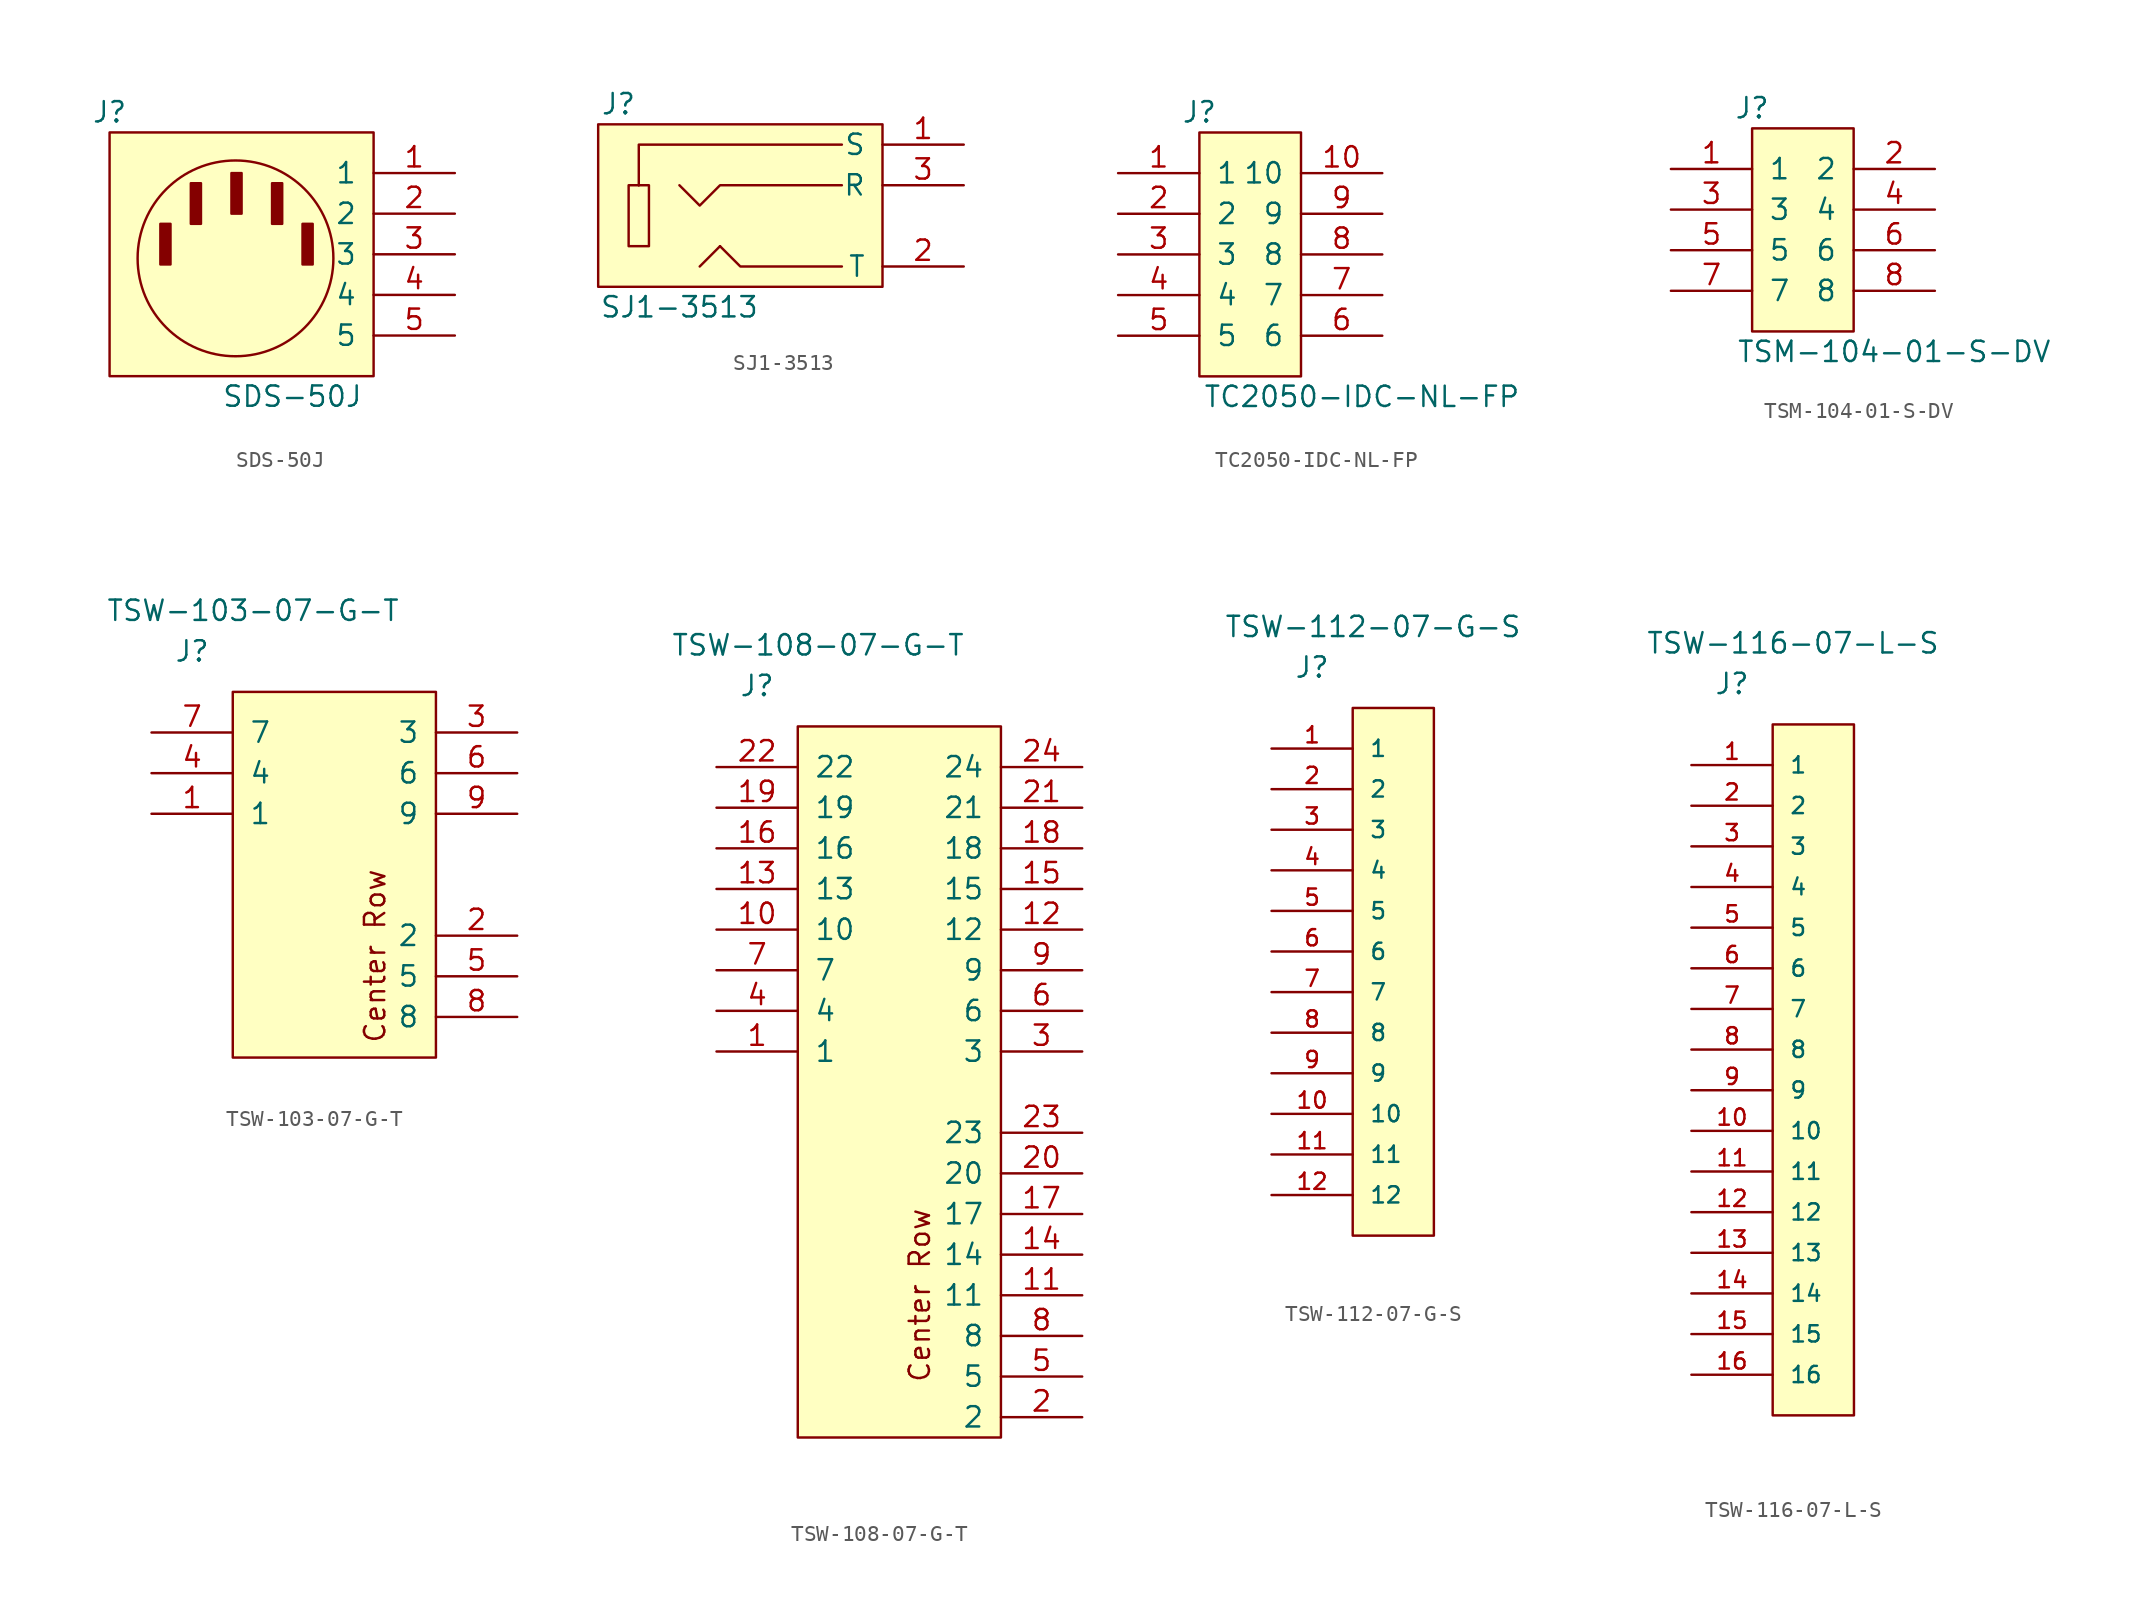
<source format=kicad_sym>
(kicad_symbol_lib
  (version 20220914)
  (generator kicad_symbol_editor)
  (symbol "SDS-50J"
    (pin_names
      (offset 1.016))
    (property "Reference" "J"
      (at -10.16 7.62 0)
      (effects (font (size 1.27 1.27))))
    (property "Value" "SDS-50J"
      (at 1.27 -10.16 0)
      (effects (font (size 1.27 1.27))))
    (symbol "SDS-50J_0_1"
      (rectangle (start -10.16 6.35) (end 6.35 -8.89) (stroke (width 0) (type default)) (fill (type background)))
      (rectangle (start -6.35 0.635) (end -6.985 -1.905) (stroke (width 0) (type default)) (fill (type outline)))
      (rectangle (start -5.08 3.175) (end -4.445 0.635) (stroke (width 0) (type default)) (fill (type outline)))
      (circle (center -2.286 -1.524) (radius 6.121) (stroke (width 0) (type default)) (fill (type none)))
      (rectangle (start -1.905 3.81) (end -2.54 1.27) (stroke (width 0) (type default)) (fill (type outline)))
      (rectangle (start 0 3.175) (end 0.635 0.635) (stroke (width 0) (type default)) (fill (type outline)))
      (rectangle (start 1.905 0.635) (end 2.54 -1.905) (stroke (width 0) (type default)) (fill (type outline))))
    (symbol "SDS-50J_1_1"
      (pin passive line (at 11.43 3.81 180) (length 5.08) (name "1" (effects (font (size 1.27 1.27)))) (number "1" (effects (font (size 1.27 1.27)))))
      (pin passive line (at 11.43 1.27 180) (length 5.08) (name "2" (effects (font (size 1.27 1.27)))) (number "2" (effects (font (size 1.27 1.27)))))
      (pin passive line (at 11.43 -1.27 180) (length 5.08) (name "3" (effects (font (size 1.27 1.27)))) (number "3" (effects (font (size 1.27 1.27)))))
      (pin passive line (at 11.43 -3.81 180) (length 5.08) (name "4" (effects (font (size 1.27 1.27)))) (number "4" (effects (font (size 1.27 1.27)))))
      (pin passive line (at 11.43 -6.35 180) (length 5.08) (name "5" (effects (font (size 1.27 1.27)))) (number "5" (effects (font (size 1.27 1.27)))))))
  (symbol "SJ1-3513"
    (pin_names
      (offset 1.016))
    (property "Reference" "J"
      (at 1.27 1.27 0)
      (effects (font (size 1.27 1.27))))
    (property "Value" "SJ1-3513"
      (at 5.08 -11.43 0)
      (effects (font (size 1.27 1.27))))
    (symbol "SJ1-3513_0_1"
      (polyline (pts (xy 2.54 -3.81) (xy 2.54 -3.81)) (stroke (width 0) (type default)) (fill (type none)))
      (polyline (pts (xy 6.35 -8.89) (xy 7.62 -7.62)) (stroke (width 0) (type default)) (fill (type none)))
      (polyline (pts (xy 15.24 -8.89) (xy 8.89 -8.89) (xy 7.62 -7.62)) (stroke (width 0) (type default)) (fill (type none)))
      (polyline (pts (xy 15.24 -1.27) (xy 2.54 -1.27) (xy 2.54 -3.81)) (stroke (width 0) (type default)) (fill (type none)))
      (polyline (pts (xy 15.24 -3.81) (xy 7.62 -3.81) (xy 6.35 -5.08) (xy 5.08 -3.81)) (stroke (width 0) (type default)) (fill (type none)))
      (polyline (pts (xy 2.54 -3.81) (xy 3.175 -3.81) (xy 3.175 -7.62) (xy 1.905 -7.62) (xy 1.905 -3.81) (xy 2.54 -3.81)) (stroke (width 0) (type default)) (fill (type none)))
      (rectangle (start 17.78 -10.16) (end 0 0) (stroke (width 0) (type default)) (fill (type background))))
    (symbol "SJ1-3513_1_1"
      (pin passive line (at 22.86 -1.27 180) (length 5.08) (name "S" (effects (font (size 1.27 1.27)))) (number "1" (effects (font (size 1.27 1.27)))))
      (pin passive line (at 22.86 -8.89 180) (length 5.08) (name "T" (effects (font (size 1.27 1.27)))) (number "2" (effects (font (size 1.27 1.27)))))
      (pin passive line (at 22.86 -3.81 180) (length 5.08) (name "R" (effects (font (size 1.27 1.27)))) (number "3" (effects (font (size 1.27 1.27)))))))
  (symbol "TC2050-IDC-NL-FP"
    (pin_names
      (offset 1.016))
    (property "Reference" "J"
      (at 0 0 0)
      (effects (font (size 1.27 1.27))))
    (property "Value" "TC2050-IDC-NL-FP"
      (at 10.16 -17.78 0)
      (effects (font (size 1.27 1.27))))
    (symbol "TC2050-IDC-NL-FP_0_1"
      (rectangle (start 0 -1.27) (end 6.35 -16.51) (stroke (width 0) (type default)) (fill (type background))))
    (symbol "TC2050-IDC-NL-FP_1_1"
      (pin passive line (at -5.08 -3.81 0) (length 5.08) (name "1" (effects (font (size 1.27 1.27)))) (number "1" (effects (font (size 1.27 1.27)))))
      (pin passive line (at 11.43 -3.81 180) (length 5.08) (name "10" (effects (font (size 1.27 1.27)))) (number "10" (effects (font (size 1.27 1.27)))))
      (pin passive line (at -5.08 -6.35 0) (length 5.08) (name "2" (effects (font (size 1.27 1.27)))) (number "2" (effects (font (size 1.27 1.27)))))
      (pin passive line (at -5.08 -8.89 0) (length 5.08) (name "3" (effects (font (size 1.27 1.27)))) (number "3" (effects (font (size 1.27 1.27)))))
      (pin passive line (at -5.08 -11.43 0) (length 5.08) (name "4" (effects (font (size 1.27 1.27)))) (number "4" (effects (font (size 1.27 1.27)))))
      (pin passive line (at -5.08 -13.97 0) (length 5.08) (name "5" (effects (font (size 1.27 1.27)))) (number "5" (effects (font (size 1.27 1.27)))))
      (pin passive line (at 11.43 -13.97 180) (length 5.08) (name "6" (effects (font (size 1.27 1.27)))) (number "6" (effects (font (size 1.27 1.27)))))
      (pin passive line (at 11.43 -11.43 180) (length 5.08) (name "7" (effects (font (size 1.27 1.27)))) (number "7" (effects (font (size 1.27 1.27)))))
      (pin passive line (at 11.43 -8.89 180) (length 5.08) (name "8" (effects (font (size 1.27 1.27)))) (number "8" (effects (font (size 1.27 1.27)))))
      (pin passive line (at 11.43 -6.35 180) (length 5.08) (name "9" (effects (font (size 1.27 1.27)))) (number "9" (effects (font (size 1.27 1.27)))))))
  (symbol "TSM-104-01-S-DV"
    (pin_names
      (offset 1.016))
    (property "Reference" "J"
      (at -2.54 3.81 0)
      (effects (font (size 1.27 1.27))))
    (property "Value" "TSM-104-01-S-DV"
      (at 6.35 -11.43 0)
      (effects (font (size 1.27 1.27))))
    (symbol "TSM-104-01-S-DV_0_1"
      (rectangle (start -2.54 2.54) (end 3.81 -10.16) (stroke (width 0) (type default)) (fill (type background))))
    (symbol "TSM-104-01-S-DV_1_1"
      (pin passive line (at -7.62 0 0) (length 5.08) (name "1" (effects (font (size 1.27 1.27)))) (number "1" (effects (font (size 1.27 1.27)))))
      (pin passive line (at 8.89 0 180) (length 5.08) (name "2" (effects (font (size 1.27 1.27)))) (number "2" (effects (font (size 1.27 1.27)))))
      (pin passive line (at -7.62 -2.54 0) (length 5.08) (name "3" (effects (font (size 1.27 1.27)))) (number "3" (effects (font (size 1.27 1.27)))))
      (pin passive line (at 8.89 -2.54 180) (length 5.08) (name "4" (effects (font (size 1.27 1.27)))) (number "4" (effects (font (size 1.27 1.27)))))
      (pin passive line (at -7.62 -5.08 0) (length 5.08) (name "5" (effects (font (size 1.27 1.27)))) (number "5" (effects (font (size 1.27 1.27)))))
      (pin passive line (at 8.89 -5.08 180) (length 5.08) (name "6" (effects (font (size 1.27 1.27)))) (number "6" (effects (font (size 1.27 1.27)))))
      (pin passive line (at -7.62 -7.62 0) (length 5.08) (name "7" (effects (font (size 1.27 1.27)))) (number "7" (effects (font (size 1.27 1.27)))))
      (pin passive line (at 8.89 -7.62 180) (length 5.08) (name "8" (effects (font (size 1.27 1.27)))) (number "8" (effects (font (size 1.27 1.27)))))))
  (symbol "TSW-103-07-G-T"
    (pin_names
      (offset 1.016))
    (property "Reference" "J"
      (at -2.54 2.54 0)
      (effects (font (size 1.27 1.27))))
    (property "Value" "TSW-103-07-G-T"
      (at 1.27 5.08 0)
      (effects (font (size 1.27 1.27))))
    (symbol "TSW-103-07-G-T_0_0"
      (text "Center Row" (at 8.89 -16.51 900) (effects (font (size 1.27 1.27)))))
    (symbol "TSW-103-07-G-T_0_1"
      (rectangle (start 0 0) (end 12.7 -22.86) (stroke (width 0) (type default)) (fill (type background))))
    (symbol "TSW-103-07-G-T_1_1"
      (pin passive line (at -5.08 -7.62 0) (length 5.08) (name "1" (effects (font (size 1.27 1.27)))) (number "1" (effects (font (size 1.27 1.27)))))
      (pin passive line (at 17.78 -15.24 180) (length 5.08) (name "2" (effects (font (size 1.27 1.27)))) (number "2" (effects (font (size 1.27 1.27)))))
      (pin passive line (at 17.78 -2.54 180) (length 5.08) (name "3" (effects (font (size 1.27 1.27)))) (number "3" (effects (font (size 1.27 1.27)))))
      (pin passive line (at -5.08 -5.08 0) (length 5.08) (name "4" (effects (font (size 1.27 1.27)))) (number "4" (effects (font (size 1.27 1.27)))))
      (pin passive line (at 17.78 -17.78 180) (length 5.08) (name "5" (effects (font (size 1.27 1.27)))) (number "5" (effects (font (size 1.27 1.27)))))
      (pin passive line (at 17.78 -5.08 180) (length 5.08) (name "6" (effects (font (size 1.27 1.27)))) (number "6" (effects (font (size 1.27 1.27)))))
      (pin passive line (at -5.08 -2.54 0) (length 5.08) (name "7" (effects (font (size 1.27 1.27)))) (number "7" (effects (font (size 1.27 1.27)))))
      (pin passive line (at 17.78 -20.32 180) (length 5.08) (name "8" (effects (font (size 1.27 1.27)))) (number "8" (effects (font (size 1.27 1.27)))))
      (pin passive line (at 17.78 -7.62 180) (length 5.08) (name "9" (effects (font (size 1.27 1.27)))) (number "9" (effects (font (size 1.27 1.27)))))))
  (symbol "TSW-108-07-G-T"
    (pin_names
      (offset 1.016))
    (property "Reference" "J"
      (at -2.54 2.54 0)
      (effects (font (size 1.27 1.27))))
    (property "Value" "TSW-108-07-G-T"
      (at 1.27 5.08 0)
      (effects (font (size 1.27 1.27))))
    (symbol "TSW-108-07-G-T_0_0"
      (text "Center Row" (at 7.62 -35.56 900) (effects (font (size 1.27 1.27)))))
    (symbol "TSW-108-07-G-T_0_1"
      (rectangle (start 0 0) (end 12.7 -44.45) (stroke (width 0) (type default)) (fill (type background))))
    (symbol "TSW-108-07-G-T_1_1"
      (pin passive line (at -5.08 -20.32 0) (length 5.08) (name "1" (effects (font (size 1.27 1.27)))) (number "1" (effects (font (size 1.27 1.27)))))
      (pin passive line (at -5.08 -12.7 0) (length 5.08) (name "10" (effects (font (size 1.27 1.27)))) (number "10" (effects (font (size 1.27 1.27)))))
      (pin passive line (at 17.78 -35.56 180) (length 5.08) (name "11" (effects (font (size 1.27 1.27)))) (number "11" (effects (font (size 1.27 1.27)))))
      (pin passive line (at 17.78 -12.7 180) (length 5.08) (name "12" (effects (font (size 1.27 1.27)))) (number "12" (effects (font (size 1.27 1.27)))))
      (pin passive line (at -5.08 -10.16 0) (length 5.08) (name "13" (effects (font (size 1.27 1.27)))) (number "13" (effects (font (size 1.27 1.27)))))
      (pin passive line (at 17.78 -33.02 180) (length 5.08) (name "14" (effects (font (size 1.27 1.27)))) (number "14" (effects (font (size 1.27 1.27)))))
      (pin passive line (at 17.78 -10.16 180) (length 5.08) (name "15" (effects (font (size 1.27 1.27)))) (number "15" (effects (font (size 1.27 1.27)))))
      (pin passive line (at -5.08 -7.62 0) (length 5.08) (name "16" (effects (font (size 1.27 1.27)))) (number "16" (effects (font (size 1.27 1.27)))))
      (pin passive line (at 17.78 -30.48 180) (length 5.08) (name "17" (effects (font (size 1.27 1.27)))) (number "17" (effects (font (size 1.27 1.27)))))
      (pin passive line (at 17.78 -7.62 180) (length 5.08) (name "18" (effects (font (size 1.27 1.27)))) (number "18" (effects (font (size 1.27 1.27)))))
      (pin passive line (at -5.08 -5.08 0) (length 5.08) (name "19" (effects (font (size 1.27 1.27)))) (number "19" (effects (font (size 1.27 1.27)))))
      (pin passive line (at 17.78 -43.18 180) (length 5.08) (name "2" (effects (font (size 1.27 1.27)))) (number "2" (effects (font (size 1.27 1.27)))))
      (pin passive line (at 17.78 -27.94 180) (length 5.08) (name "20" (effects (font (size 1.27 1.27)))) (number "20" (effects (font (size 1.27 1.27)))))
      (pin passive line (at 17.78 -5.08 180) (length 5.08) (name "21" (effects (font (size 1.27 1.27)))) (number "21" (effects (font (size 1.27 1.27)))))
      (pin passive line (at -5.08 -2.54 0) (length 5.08) (name "22" (effects (font (size 1.27 1.27)))) (number "22" (effects (font (size 1.27 1.27)))))
      (pin passive line (at 17.78 -25.4 180) (length 5.08) (name "23" (effects (font (size 1.27 1.27)))) (number "23" (effects (font (size 1.27 1.27)))))
      (pin passive line (at 17.78 -2.54 180) (length 5.08) (name "24" (effects (font (size 1.27 1.27)))) (number "24" (effects (font (size 1.27 1.27)))))
      (pin passive line (at 17.78 -20.32 180) (length 5.08) (name "3" (effects (font (size 1.27 1.27)))) (number "3" (effects (font (size 1.27 1.27)))))
      (pin passive line (at -5.08 -17.78 0) (length 5.08) (name "4" (effects (font (size 1.27 1.27)))) (number "4" (effects (font (size 1.27 1.27)))))
      (pin passive line (at 17.78 -40.64 180) (length 5.08) (name "5" (effects (font (size 1.27 1.27)))) (number "5" (effects (font (size 1.27 1.27)))))
      (pin passive line (at 17.78 -17.78 180) (length 5.08) (name "6" (effects (font (size 1.27 1.27)))) (number "6" (effects (font (size 1.27 1.27)))))
      (pin passive line (at -5.08 -15.24 0) (length 5.08) (name "7" (effects (font (size 1.27 1.27)))) (number "7" (effects (font (size 1.27 1.27)))))
      (pin passive line (at 17.78 -38.1 180) (length 5.08) (name "8" (effects (font (size 1.27 1.27)))) (number "8" (effects (font (size 1.27 1.27)))))
      (pin passive line (at 17.78 -15.24 180) (length 5.08) (name "9" (effects (font (size 1.27 1.27)))) (number "9" (effects (font (size 1.27 1.27)))))))
  (symbol "TSW-112-07-G-S"
    (pin_names
      (offset 1.016))
    (property "Reference" "J"
      (at -2.54 2.54 0)
      (effects (font (size 1.27 1.27))))
    (property "Value" "TSW-112-07-G-S"
      (at 1.27 5.08 0)
      (effects (font (size 1.27 1.27))))
    (symbol "TSW-112-07-G-S_0_1"
      (rectangle (start 0 0) (end 5.08 -33.02) (stroke (width 0) (type default)) (fill (type background))))
    (symbol "TSW-112-07-G-S_1_1"
      (pin passive line (at -5.08 -2.54 0) (length 5.08) (name "1" (effects (font (size 1.016 1.016)))) (number "1" (effects (font (size 1.016 1.016)))))
      (pin passive line (at -5.08 -25.4 0) (length 5.08) (name "10" (effects (font (size 1.016 1.016)))) (number "10" (effects (font (size 1.016 1.016)))))
      (pin passive line (at -5.08 -27.94 0) (length 5.08) (name "11" (effects (font (size 1.016 1.016)))) (number "11" (effects (font (size 1.016 1.016)))))
      (pin passive line (at -5.08 -30.48 0) (length 5.08) (name "12" (effects (font (size 1.016 1.016)))) (number "12" (effects (font (size 1.016 1.016)))))
      (pin passive line (at -5.08 -5.08 0) (length 5.08) (name "2" (effects (font (size 1.016 1.016)))) (number "2" (effects (font (size 1.016 1.016)))))
      (pin passive line (at -5.08 -7.62 0) (length 5.08) (name "3" (effects (font (size 1.016 1.016)))) (number "3" (effects (font (size 1.016 1.016)))))
      (pin passive line (at -5.08 -10.16 0) (length 5.08) (name "4" (effects (font (size 1.016 1.016)))) (number "4" (effects (font (size 1.016 1.016)))))
      (pin passive line (at -5.08 -12.7 0) (length 5.08) (name "5" (effects (font (size 1.016 1.016)))) (number "5" (effects (font (size 1.016 1.016)))))
      (pin passive line (at -5.08 -15.24 0) (length 5.08) (name "6" (effects (font (size 1.016 1.016)))) (number "6" (effects (font (size 1.016 1.016)))))
      (pin passive line (at -5.08 -17.78 0) (length 5.08) (name "7" (effects (font (size 1.016 1.016)))) (number "7" (effects (font (size 1.016 1.016)))))
      (pin passive line (at -5.08 -20.32 0) (length 5.08) (name "8" (effects (font (size 1.016 1.016)))) (number "8" (effects (font (size 1.016 1.016)))))
      (pin passive line (at -5.08 -22.86 0) (length 5.08) (name "9" (effects (font (size 1.016 1.016)))) (number "9" (effects (font (size 1.016 1.016)))))))
  (symbol "TSW-116-07-L-S"
    (pin_names
      (offset 1.016))
    (property "Reference" "J"
      (at -2.54 2.54 0)
      (effects (font (size 1.27 1.27))))
    (property "Value" "TSW-116-07-L-S"
      (at 1.27 5.08 0)
      (effects (font (size 1.27 1.27))))
    (symbol "TSW-116-07-L-S_0_1"
      (rectangle (start 0 0) (end 5.08 -43.18) (stroke (width 0) (type default)) (fill (type background))))
    (symbol "TSW-116-07-L-S_1_1"
      (pin passive line (at -5.08 -2.54 0) (length 5.08) (name "1" (effects (font (size 1.016 1.016)))) (number "1" (effects (font (size 1.016 1.016)))))
      (pin passive line (at -5.08 -25.4 0) (length 5.08) (name "10" (effects (font (size 1.016 1.016)))) (number "10" (effects (font (size 1.016 1.016)))))
      (pin passive line (at -5.08 -27.94 0) (length 5.08) (name "11" (effects (font (size 1.016 1.016)))) (number "11" (effects (font (size 1.016 1.016)))))
      (pin passive line (at -5.08 -30.48 0) (length 5.08) (name "12" (effects (font (size 1.016 1.016)))) (number "12" (effects (font (size 1.016 1.016)))))
      (pin passive line (at -5.08 -33.02 0) (length 5.08) (name "13" (effects (font (size 1.016 1.016)))) (number "13" (effects (font (size 1.016 1.016)))))
      (pin passive line (at -5.08 -35.56 0) (length 5.08) (name "14" (effects (font (size 1.016 1.016)))) (number "14" (effects (font (size 1.016 1.016)))))
      (pin passive line (at -5.08 -38.1 0) (length 5.08) (name "15" (effects (font (size 1.016 1.016)))) (number "15" (effects (font (size 1.016 1.016)))))
      (pin passive line (at -5.08 -40.64 0) (length 5.08) (name "16" (effects (font (size 1.016 1.016)))) (number "16" (effects (font (size 1.016 1.016)))))
      (pin passive line (at -5.08 -5.08 0) (length 5.08) (name "2" (effects (font (size 1.016 1.016)))) (number "2" (effects (font (size 1.016 1.016)))))
      (pin passive line (at -5.08 -7.62 0) (length 5.08) (name "3" (effects (font (size 1.016 1.016)))) (number "3" (effects (font (size 1.016 1.016)))))
      (pin passive line (at -5.08 -10.16 0) (length 5.08) (name "4" (effects (font (size 1.016 1.016)))) (number "4" (effects (font (size 1.016 1.016)))))
      (pin passive line (at -5.08 -12.7 0) (length 5.08) (name "5" (effects (font (size 1.016 1.016)))) (number "5" (effects (font (size 1.016 1.016)))))
      (pin passive line (at -5.08 -15.24 0) (length 5.08) (name "6" (effects (font (size 1.016 1.016)))) (number "6" (effects (font (size 1.016 1.016)))))
      (pin passive line (at -5.08 -17.78 0) (length 5.08) (name "7" (effects (font (size 1.016 1.016)))) (number "7" (effects (font (size 1.016 1.016)))))
      (pin passive line (at -5.08 -20.32 0) (length 5.08) (name "8" (effects (font (size 1.016 1.016)))) (number "8" (effects (font (size 1.016 1.016)))))
      (pin passive line (at -5.08 -22.86 0) (length 5.08) (name "9" (effects (font (size 1.016 1.016)))) (number "9" (effects (font (size 1.016 1.016))))))))
</source>
